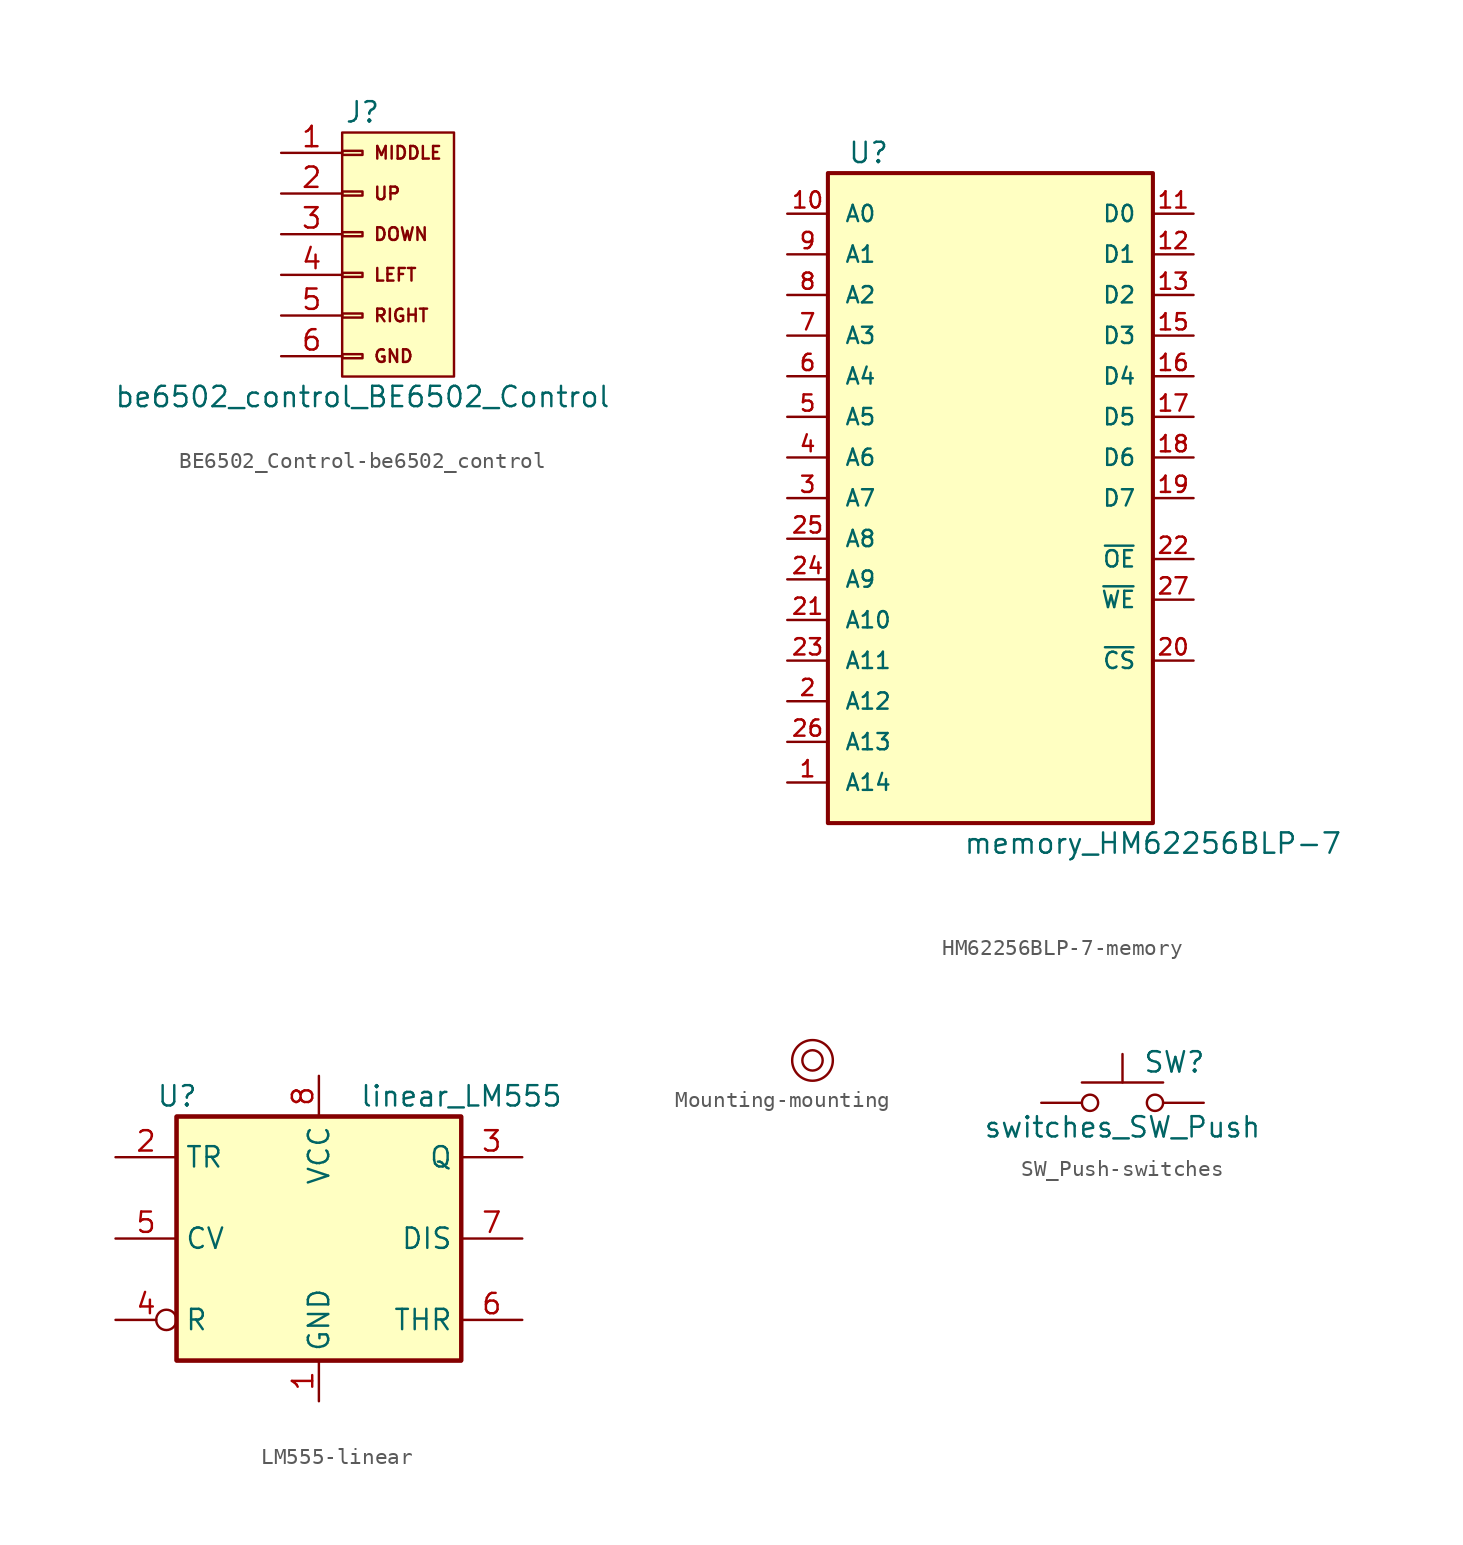
<source format=kicad_sym>
(kicad_symbol_lib
  (version 20231120)
  (generator "kicad_symbol_editor")
  (generator_version "8.0")
  (symbol "BE6502_Control-be6502_control"
    (pin_names
      (offset 1.016) hide)
    (property "Reference" "J"
      (at 0 7.62 0)
      (effects (font (size 1.27 1.27))))
    (property "Value" "be6502_control_BE6502_Control"
      (at 0 -10.16 0)
      (effects (font (size 1.27 1.27))))
    (symbol "BE6502_Control-be6502_control_0_0"
      (rectangle (start 5.715 6.35) (end -1.27 -8.89) (stroke (width 0) (type solid)) (fill (type background)))
      (text "DOWN" (at 0.635 0 0) (effects (font (size 0.787 0.787)) (justify left)))
      (text "GND" (at 0.635 -7.62 0) (effects (font (size 0.787 0.787)) (justify left)))
      (text "LEFT" (at 0.635 -2.54 0) (effects (font (size 0.787 0.787)) (justify left)))
      (text "MIDDLE" (at 0.635 5.08 0) (effects (font (size 0.787 0.787)) (justify left)))
      (text "RIGHT" (at 0.635 -5.08 0) (effects (font (size 0.787 0.787)) (justify left)))
      (text "UP" (at 0.635 2.54 0) (effects (font (size 0.787 0.787)) (justify left))))
    (symbol "BE6502_Control-be6502_control_1_1"
      (rectangle (start -1.27 -7.493) (end 0 -7.747) (stroke (width 0.152) (type solid)) (fill (type none)))
      (rectangle (start -1.27 -4.953) (end 0 -5.207) (stroke (width 0.152) (type solid)) (fill (type none)))
      (rectangle (start -1.27 -2.413) (end 0 -2.667) (stroke (width 0.152) (type solid)) (fill (type none)))
      (rectangle (start -1.27 0.127) (end 0 -0.127) (stroke (width 0.152) (type solid)) (fill (type none)))
      (rectangle (start -1.27 2.667) (end 0 2.413) (stroke (width 0.152) (type solid)) (fill (type none)))
      (rectangle (start -1.27 5.207) (end 0 4.953) (stroke (width 0.152) (type solid)) (fill (type none)))
      (pin passive line (at -5.08 5.08 0) (length 3.81) (name "MIDDLE" (effects (font (size 1.27 1.27)))) (number "1" (effects (font (size 1.27 1.27)))))
      (pin passive line (at -5.08 2.54 0) (length 3.81) (name "UP" (effects (font (size 1.27 1.27)))) (number "2" (effects (font (size 1.27 1.27)))))
      (pin passive line (at -5.08 0 0) (length 3.81) (name "DOWN" (effects (font (size 1.27 1.27)))) (number "3" (effects (font (size 1.27 1.27)))))
      (pin passive line (at -5.08 -2.54 0) (length 3.81) (name "LEFT" (effects (font (size 1.27 1.27)))) (number "4" (effects (font (size 1.27 1.27)))))
      (pin passive line (at -5.08 -5.08 0) (length 3.81) (name "RIGHT" (effects (font (size 1.27 1.27)))) (number "5" (effects (font (size 1.27 1.27)))))
      (pin passive line (at -5.08 -7.62 0) (length 3.81) (name "GND" (effects (font (size 1.27 1.27)))) (number "6" (effects (font (size 1.27 1.27)))))))
  (symbol "HM62256BLP-7-memory"
    (pin_names
      (offset 1.016))
    (property "Reference" "U"
      (at -7.62 22.86 0)
      (effects (font (size 1.27 1.27))))
    (property "Value" "memory_HM62256BLP-7"
      (at 10.16 -20.32 0)
      (effects (font (size 1.27 1.27))))
    (symbol "HM62256BLP-7-memory_0_0"
      (pin power_in line (at 0 -20.32 90) (length 1.27) hide (name "GND" (effects (font (size 1.016 1.016)))) (number "14" (effects (font (size 1.016 1.016)))))
      (pin power_in line (at 0 22.86 270) (length 1.27) hide (name "VCC" (effects (font (size 1.016 1.016)))) (number "28" (effects (font (size 1.016 1.016))))))
    (symbol "HM62256BLP-7-memory_0_1"
      (rectangle (start -10.16 21.59) (end 10.16 -19.05) (stroke (width 0.254) (type solid)) (fill (type background))))
    (symbol "HM62256BLP-7-memory_1_1"
      (pin input line (at -12.7 -16.51 0) (length 2.54) (name "A14" (effects (font (size 1.016 1.016)))) (number "1" (effects (font (size 1.016 1.016)))))
      (pin input line (at -12.7 19.05 0) (length 2.54) (name "A0" (effects (font (size 1.016 1.016)))) (number "10" (effects (font (size 1.016 1.016)))))
      (pin tri_state line (at 12.7 19.05 180) (length 2.54) (name "D0" (effects (font (size 1.016 1.016)))) (number "11" (effects (font (size 1.016 1.016)))))
      (pin tri_state line (at 12.7 16.51 180) (length 2.54) (name "D1" (effects (font (size 1.016 1.016)))) (number "12" (effects (font (size 1.016 1.016)))))
      (pin tri_state line (at 12.7 13.97 180) (length 2.54) (name "D2" (effects (font (size 1.016 1.016)))) (number "13" (effects (font (size 1.016 1.016)))))
      (pin tri_state line (at 12.7 11.43 180) (length 2.54) (name "D3" (effects (font (size 1.016 1.016)))) (number "15" (effects (font (size 1.016 1.016)))))
      (pin tri_state line (at 12.7 8.89 180) (length 2.54) (name "D4" (effects (font (size 1.016 1.016)))) (number "16" (effects (font (size 1.016 1.016)))))
      (pin tri_state line (at 12.7 6.35 180) (length 2.54) (name "D5" (effects (font (size 1.016 1.016)))) (number "17" (effects (font (size 1.016 1.016)))))
      (pin tri_state line (at 12.7 3.81 180) (length 2.54) (name "D6" (effects (font (size 1.016 1.016)))) (number "18" (effects (font (size 1.016 1.016)))))
      (pin tri_state line (at 12.7 1.27 180) (length 2.54) (name "D7" (effects (font (size 1.016 1.016)))) (number "19" (effects (font (size 1.016 1.016)))))
      (pin input line (at -12.7 -11.43 0) (length 2.54) (name "A12" (effects (font (size 1.016 1.016)))) (number "2" (effects (font (size 1.016 1.016)))))
      (pin input line (at 12.7 -8.89 180) (length 2.54) (name "~{CS}" (effects (font (size 1.016 1.016)))) (number "20" (effects (font (size 1.016 1.016)))))
      (pin input line (at -12.7 -6.35 0) (length 2.54) (name "A10" (effects (font (size 1.016 1.016)))) (number "21" (effects (font (size 1.016 1.016)))))
      (pin input line (at 12.7 -2.54 180) (length 2.54) (name "~{OE}" (effects (font (size 1.016 1.016)))) (number "22" (effects (font (size 1.016 1.016)))))
      (pin input line (at -12.7 -8.89 0) (length 2.54) (name "A11" (effects (font (size 1.016 1.016)))) (number "23" (effects (font (size 1.016 1.016)))))
      (pin input line (at -12.7 -3.81 0) (length 2.54) (name "A9" (effects (font (size 1.016 1.016)))) (number "24" (effects (font (size 1.016 1.016)))))
      (pin input line (at -12.7 -1.27 0) (length 2.54) (name "A8" (effects (font (size 1.016 1.016)))) (number "25" (effects (font (size 1.016 1.016)))))
      (pin input line (at -12.7 -13.97 0) (length 2.54) (name "A13" (effects (font (size 1.016 1.016)))) (number "26" (effects (font (size 1.016 1.016)))))
      (pin input line (at 12.7 -5.08 180) (length 2.54) (name "~{WE}" (effects (font (size 1.016 1.016)))) (number "27" (effects (font (size 1.016 1.016)))))
      (pin input line (at -12.7 1.27 0) (length 2.54) (name "A7" (effects (font (size 1.016 1.016)))) (number "3" (effects (font (size 1.016 1.016)))))
      (pin input line (at -12.7 3.81 0) (length 2.54) (name "A6" (effects (font (size 1.016 1.016)))) (number "4" (effects (font (size 1.016 1.016)))))
      (pin input line (at -12.7 6.35 0) (length 2.54) (name "A5" (effects (font (size 1.016 1.016)))) (number "5" (effects (font (size 1.016 1.016)))))
      (pin input line (at -12.7 8.89 0) (length 2.54) (name "A4" (effects (font (size 1.016 1.016)))) (number "6" (effects (font (size 1.016 1.016)))))
      (pin input line (at -12.7 11.43 0) (length 2.54) (name "A3" (effects (font (size 1.016 1.016)))) (number "7" (effects (font (size 1.016 1.016)))))
      (pin input line (at -12.7 13.97 0) (length 2.54) (name "A2" (effects (font (size 1.016 1.016)))) (number "8" (effects (font (size 1.016 1.016)))))
      (pin input line (at -12.7 16.51 0) (length 2.54) (name "A1" (effects (font (size 1.016 1.016)))) (number "9" (effects (font (size 1.016 1.016)))))))
  (symbol "LM555-linear"
    (property "Reference" "U"
      (at -10.16 8.89 0)
      (effects (font (size 1.27 1.27)) (justify left)))
    (property "Value" "linear_LM555"
      (at 2.54 8.89 0)
      (effects (font (size 1.27 1.27)) (justify left)))
    (symbol "LM555-linear_0_0"
      (pin power_in line (at 0 -10.16 90) (length 2.54) (name "GND" (effects (font (size 1.27 1.27)))) (number "1" (effects (font (size 1.27 1.27)))))
      (pin power_in line (at 0 10.16 270) (length 2.54) (name "VCC" (effects (font (size 1.27 1.27)))) (number "8" (effects (font (size 1.27 1.27))))))
    (symbol "LM555-linear_0_1"
      (rectangle (start -8.89 -7.62) (end 8.89 7.62) (stroke (width 0.254) (type solid)) (fill (type background)))
      (rectangle (start -8.89 -7.62) (end 8.89 7.62) (stroke (width 0.254) (type solid)) (fill (type background))))
    (symbol "LM555-linear_1_1"
      (pin input line (at -12.7 5.08 0) (length 3.81) (name "TR" (effects (font (size 1.27 1.27)))) (number "2" (effects (font (size 1.27 1.27)))))
      (pin output line (at 12.7 5.08 180) (length 3.81) (name "Q" (effects (font (size 1.27 1.27)))) (number "3" (effects (font (size 1.27 1.27)))))
      (pin input inverted (at -12.7 -5.08 0) (length 3.81) (name "R" (effects (font (size 1.27 1.27)))) (number "4" (effects (font (size 1.27 1.27)))))
      (pin input line (at -12.7 0 0) (length 3.81) (name "CV" (effects (font (size 1.27 1.27)))) (number "5" (effects (font (size 1.27 1.27)))))
      (pin input line (at 12.7 -5.08 180) (length 3.81) (name "THR" (effects (font (size 1.27 1.27)))) (number "6" (effects (font (size 1.27 1.27)))))
      (pin input line (at 12.7 0 180) (length 3.81) (name "DIS" (effects (font (size 1.27 1.27)))) (number "7" (effects (font (size 1.27 1.27)))))))
  (symbol "Mounting-mounting"
    (pin_names
      (offset 1.016) hide)
    (property "Reference" "M"
      (at 0 2.54 0)
      (effects (font (size 1.27 1.27)) (hide yes)))
    (symbol "Mounting-mounting_0_1"
      (circle (center 0 0) (radius 0.635) (stroke (width 0) (type solid)) (fill (type none)))
      (circle (center 0 0) (radius 1.27) (stroke (width 0) (type solid)) (fill (type none))))
    (symbol "Mounting-mounting_1_1"
      (pin no_connect line (at -5.08 0 0) (length 3.81) hide (name "Pin_1" (effects (font (size 1.27 1.27)))) (number "1" (effects (font (size 1.27 1.27)))))))
  (symbol "SW_Push-switches"
    (pin_numbers hide)
    (pin_names
      (offset 1.016) hide)
    (property "Reference" "SW"
      (at 1.27 2.54 0)
      (effects (font (size 1.27 1.27)) (justify left)))
    (property "Value" "switches_SW_Push"
      (at 0 -1.524 0)
      (effects (font (size 1.27 1.27))))
    (symbol "SW_Push-switches_0_1"
      (circle (center -2.032 0) (radius 0.508) (stroke (width 0) (type solid)) (fill (type none)))
      (polyline (pts (xy 0 1.27) (xy 0 3.048)) (stroke (width 0) (type solid)) (fill (type none)))
      (polyline (pts (xy 2.54 1.27) (xy -2.54 1.27)) (stroke (width 0) (type solid)) (fill (type none)))
      (circle (center 2.032 0) (radius 0.508) (stroke (width 0) (type solid)) (fill (type none)))
      (pin passive line (at -5.08 0 0) (length 2.54) (name "1" (effects (font (size 1.27 1.27)))) (number "1" (effects (font (size 1.27 1.27)))))
      (pin passive line (at 5.08 0 180) (length 2.54) (name "2" (effects (font (size 1.27 1.27)))) (number "2" (effects (font (size 1.27 1.27))))))))
</source>
